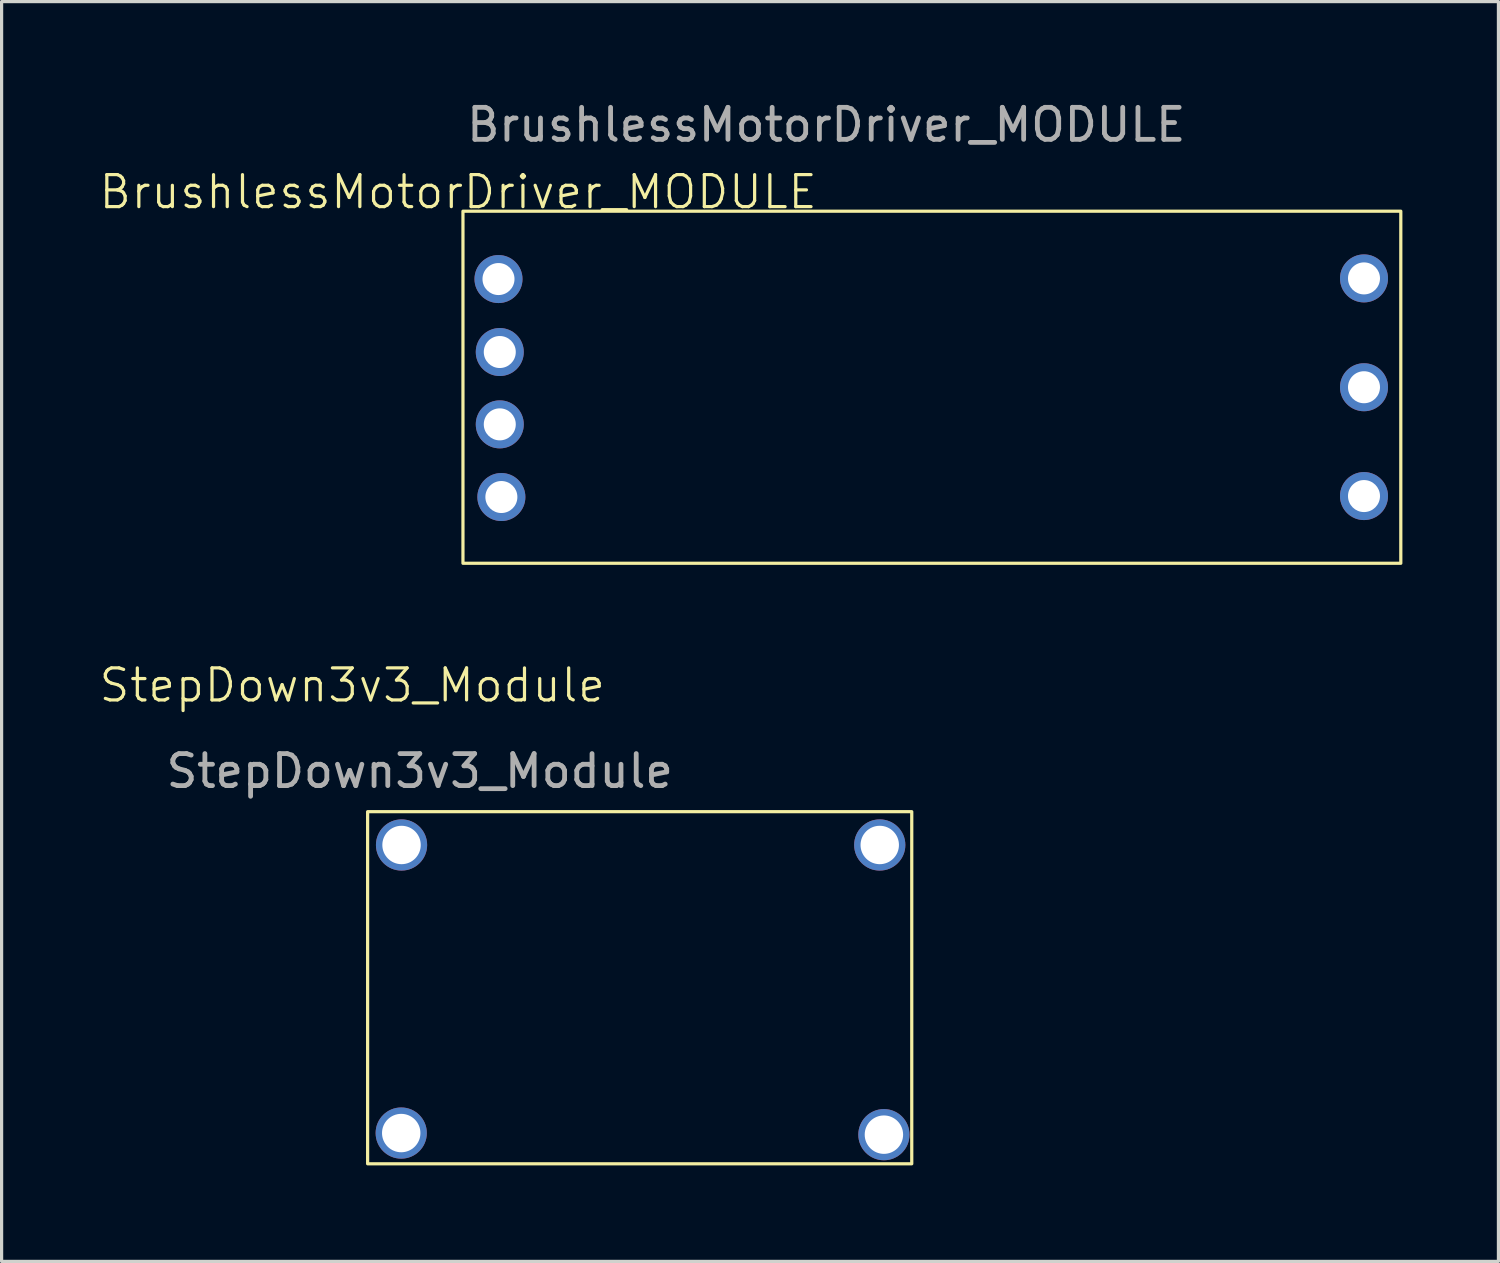
<source format=kicad_pcb>
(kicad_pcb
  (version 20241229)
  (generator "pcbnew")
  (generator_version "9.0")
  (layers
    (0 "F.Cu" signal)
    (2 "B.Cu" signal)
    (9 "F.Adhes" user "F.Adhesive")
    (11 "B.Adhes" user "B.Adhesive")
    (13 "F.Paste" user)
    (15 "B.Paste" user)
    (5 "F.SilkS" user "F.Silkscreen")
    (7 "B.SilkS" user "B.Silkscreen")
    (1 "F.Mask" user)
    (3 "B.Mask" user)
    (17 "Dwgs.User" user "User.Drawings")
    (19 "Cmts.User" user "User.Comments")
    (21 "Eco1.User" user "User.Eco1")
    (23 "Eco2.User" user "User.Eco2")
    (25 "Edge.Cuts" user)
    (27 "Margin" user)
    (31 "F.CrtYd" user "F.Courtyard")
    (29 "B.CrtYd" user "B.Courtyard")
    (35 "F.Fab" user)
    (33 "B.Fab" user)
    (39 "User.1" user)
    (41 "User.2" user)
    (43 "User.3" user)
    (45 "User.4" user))
  (footprint "BrushlessMotorDriver_MODULE"
    (layer "F.Cu")
    (at 11.264 3.448)
    (property "Reference" "BrushlessMotorDriver_MODULE" (at 0 -0.5 0) (unlocked yes) (layer "F.SilkS") (effects (font (size 1 1) (thickness 0.1))))
    (attr through_hole)
    (fp_rect (start 0.15 0.1) (end 29.45 11.1) (stroke (width 0.1) (type default)) (fill no) (layer "F.SilkS"))
    (fp_text user "${REFERENCE}" (at 11.5 -2.6 0) (unlocked yes) (layer "F.Fab") (effects (font (size 1 1) (thickness 0.15))))
    (pad "1" thru_hole circle (at 1.26 2.22) (size 1.5 1.5) (drill 1) (layers "*.Cu" "*.Mask"))
    (pad "2" thru_hole circle (at 1.3 4.5) (size 1.5 1.5) (drill 1) (layers "*.Cu" "*.Mask"))
    (pad "3" thru_hole circle (at 1.3 6.76) (size 1.5 1.5) (drill 1) (layers "*.Cu" "*.Mask"))
    (pad "4" thru_hole circle (at 1.35 9.03) (size 1.5 1.5) (drill 1) (layers "*.Cu" "*.Mask"))
    (pad "5" thru_hole circle (at 28.3 2.2) (size 1.5 1.5) (drill 1) (layers "*.Cu" "*.Mask"))
    (pad "6" thru_hole circle (at 28.3 5.6) (size 1.5 1.5) (drill 1) (layers "*.Cu" "*.Mask"))
    (pad "7" thru_hole circle (at 28.3 9) (size 1.5 1.5) (drill 1) (layers "*.Cu" "*.Mask")))
  (footprint "StepDown3v3_Module"
    (layer "F.Cu")
    (at 8.455 22.289)
    (property "Reference" "StepDown3v3_Module" (at -0.5 -3.93 0) (unlocked yes) (layer "F.SilkS") (effects (font (size 1 1) (thickness 0.1))))
    (attr through_hole)
    (fp_rect (start -0.02 0.02) (end 16.98 11.02) (stroke (width 0.1) (type default)) (fill no) (layer "F.SilkS"))
    (fp_text user "${REFERENCE}" (at 1.61 -1.25 0) (unlocked yes) (layer "F.Fab") (effects (font (size 1 1) (thickness 0.15))))
    (pad "1" thru_hole circle (at 1.04 1.06) (size 1.6 1.6) (drill 1.2) (layers "*.Cu" "*.Mask"))
    (pad "2" thru_hole circle (at 1.03 10.06) (size 1.6 1.6) (drill 1.2) (layers "*.Cu" "*.Mask"))
    (pad "3" thru_hole circle (at 15.98 1.06) (size 1.6 1.6) (drill 1.2) (layers "*.Cu" "*.Mask"))
    (pad "4" thru_hole circle (at 16.11 10.11) (size 1.6 1.6) (drill 1.2) (layers "*.Cu" "*.Mask")))
  (gr_rect
    (start -3 -3)
    (end 43.764 36.359)
    (stroke (width 0.1) (type default))
    (fill no)
    (layer "Edge.Cuts")))
</source>
